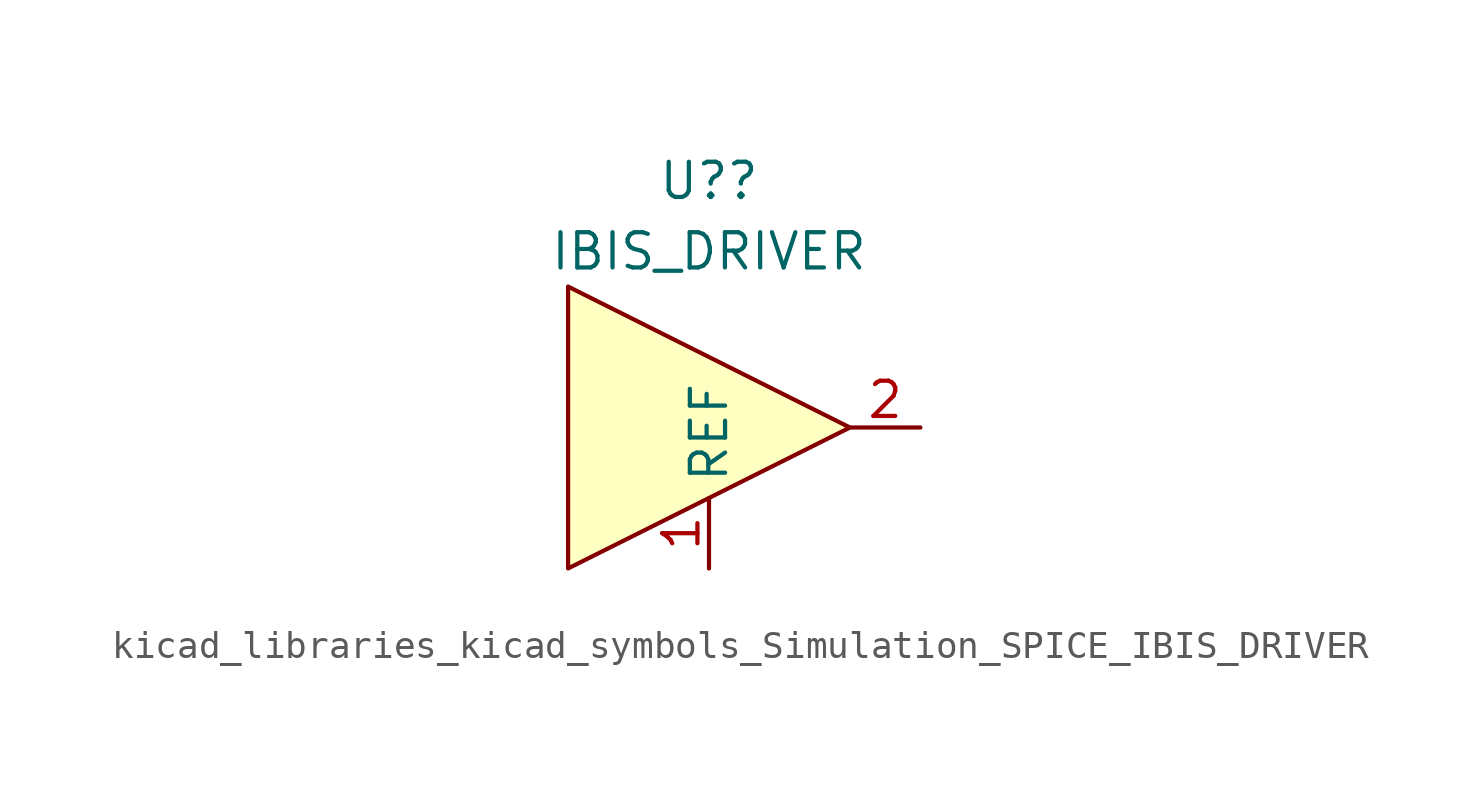
<source format=kicad_sym>
(kicad_symbol_lib
  (version 20220914)
  (generator kicad_symbol_editor)
  (symbol "kicad_libraries_kicad_symbols_Simulation_SPICE_IBIS_DRIVER"
    (property "Reference" "U?"
      (at 0 8.89 0)
      (effects (font (size 1.27 1.27))))
    (property "Value" "IBIS_DRIVER"
      (at 0 6.35 0)
      (effects (font (size 1.27 1.27))))
    (symbol "kicad_libraries_kicad_symbols_Simulation_SPICE_IBIS_DRIVER_0_1"
      (polyline (pts (xy 5.08 0) (xy -5.08 5.08) (xy -5.08 -5.08) (xy 5.08 0)) (stroke (width 0) (type default)) (fill (type background))))
    (symbol "kicad_libraries_kicad_symbols_Simulation_SPICE_IBIS_DRIVER_1_1"
      (pin power_in line (at 0 -5.08 90) (length 2.54) (name "REF" (effects (font (size 1.27 1.27)))) (number "1" (effects (font (size 1.27 1.27)))))
      (pin bidirectional line (at 7.62 0 180) (length 2.54) (name "" (effects (font (size 1.27 1.27)))) (number "2" (effects (font (size 1.27 1.27))))))))
</source>
